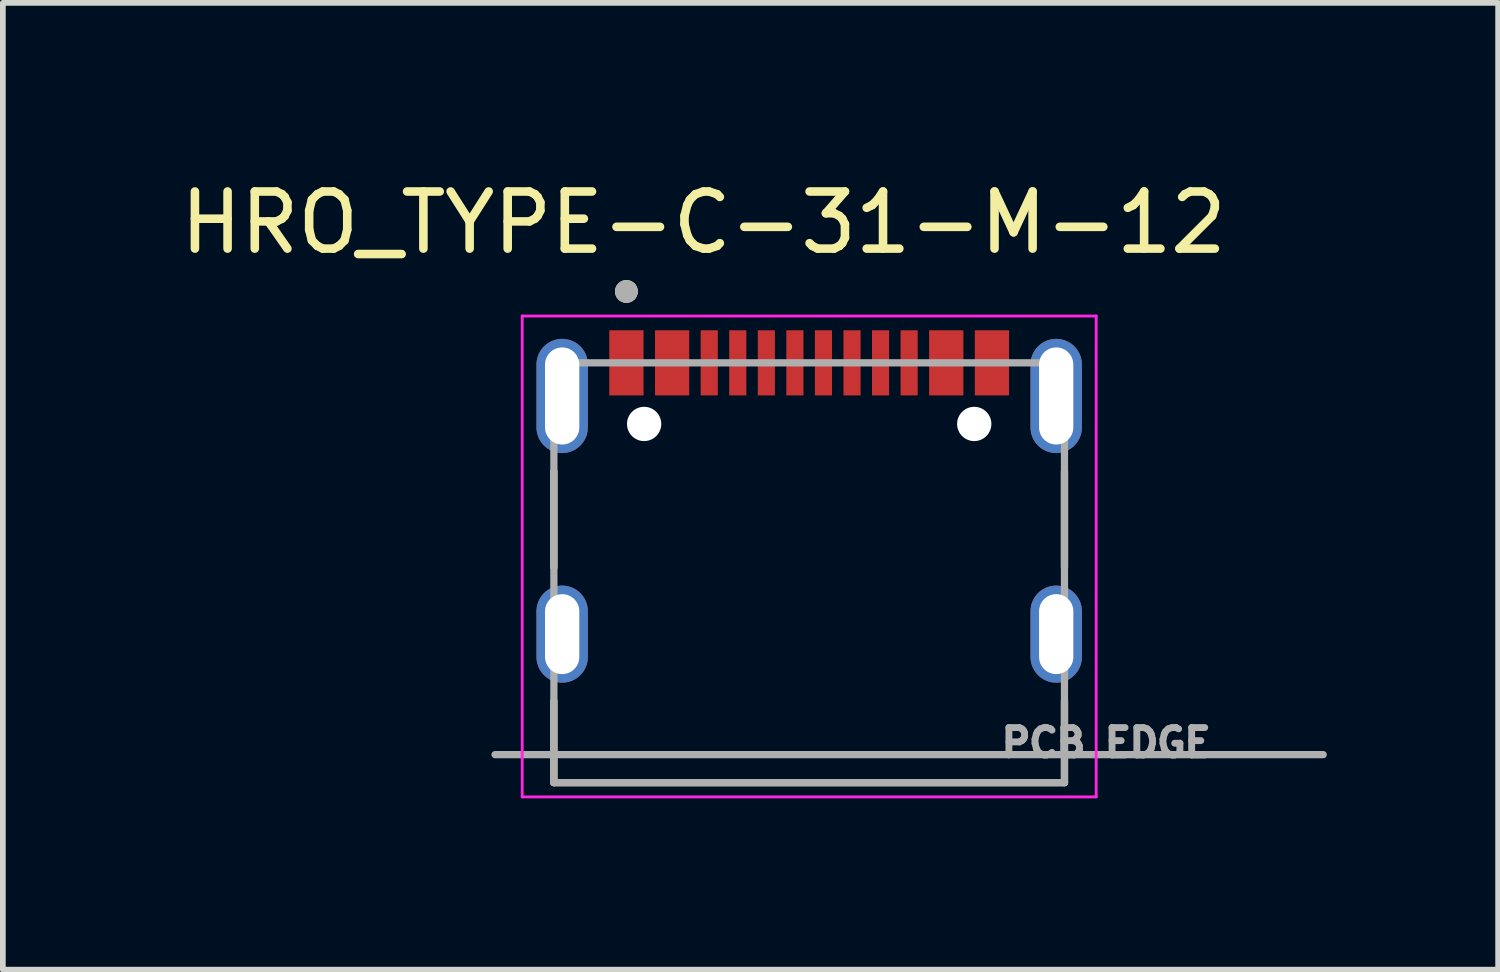
<source format=kicad_pcb>
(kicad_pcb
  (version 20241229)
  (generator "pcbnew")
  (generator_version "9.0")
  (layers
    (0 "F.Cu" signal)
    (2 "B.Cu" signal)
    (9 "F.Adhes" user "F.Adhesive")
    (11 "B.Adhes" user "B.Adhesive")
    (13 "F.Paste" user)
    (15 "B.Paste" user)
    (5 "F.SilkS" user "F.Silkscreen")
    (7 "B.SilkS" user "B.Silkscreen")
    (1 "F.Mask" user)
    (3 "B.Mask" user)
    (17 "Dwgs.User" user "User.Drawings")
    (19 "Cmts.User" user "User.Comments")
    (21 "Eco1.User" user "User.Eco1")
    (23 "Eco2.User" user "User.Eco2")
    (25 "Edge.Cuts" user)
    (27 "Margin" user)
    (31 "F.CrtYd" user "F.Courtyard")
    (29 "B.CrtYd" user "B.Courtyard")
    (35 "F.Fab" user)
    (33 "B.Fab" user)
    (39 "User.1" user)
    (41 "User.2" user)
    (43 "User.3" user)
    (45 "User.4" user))
  (footprint "HRO_TYPE-C-31-M-12"
    (layer "F.Cu")
    (at 11.118 8.053)
    (property "Reference" "HRO_TYPE-C-31-M-12" (at -1.85 -7.205 0) (layer "F.SilkS") (effects (font (size 1 1) (thickness 0.15))))
    (attr smd)
    (fp_poly (pts (xy -3.55 -5.37) (xy -2.85 -5.37) (xy -2.85 -4.13) (xy -3.55 -4.13)) (stroke (width 0.01) (type solid)) (fill yes) (layer "F.Mask"))
    (fp_poly (pts (xy -2.75 -5.37) (xy -2.05 -5.37) (xy -2.05 -4.13) (xy -2.75 -4.13)) (stroke (width 0.01) (type solid)) (fill yes) (layer "F.Mask"))
    (fp_poly (pts (xy -1.95 -5.37) (xy -1.55 -5.37) (xy -1.55 -4.13) (xy -1.95 -4.13)) (stroke (width 0.01) (type solid)) (fill yes) (layer "F.Mask"))
    (fp_poly (pts (xy -1.45 -5.37) (xy -1.05 -5.37) (xy -1.05 -4.13) (xy -1.45 -4.13)) (stroke (width 0.01) (type solid)) (fill yes) (layer "F.Mask"))
    (fp_poly (pts (xy -0.95 -5.37) (xy -0.55 -5.37) (xy -0.55 -4.13) (xy -0.95 -4.13)) (stroke (width 0.01) (type solid)) (fill yes) (layer "F.Mask"))
    (fp_poly (pts (xy -0.45 -5.37) (xy -0.05 -5.37) (xy -0.05 -4.13) (xy -0.45 -4.13)) (stroke (width 0.01) (type solid)) (fill yes) (layer "F.Mask"))
    (fp_poly (pts (xy 0.05 -5.37) (xy 0.45 -5.37) (xy 0.45 -4.13) (xy 0.05 -4.13)) (stroke (width 0.01) (type solid)) (fill yes) (layer "F.Mask"))
    (fp_poly (pts (xy 0.55 -5.37) (xy 0.95 -5.37) (xy 0.95 -4.13) (xy 0.55 -4.13)) (stroke (width 0.01) (type solid)) (fill yes) (layer "F.Mask"))
    (fp_poly (pts (xy 1.05 -5.37) (xy 1.45 -5.37) (xy 1.45 -4.13) (xy 1.05 -4.13)) (stroke (width 0.01) (type solid)) (fill yes) (layer "F.Mask"))
    (fp_poly (pts (xy 1.55 -5.37) (xy 1.95 -5.37) (xy 1.95 -4.13) (xy 1.55 -4.13)) (stroke (width 0.01) (type solid)) (fill yes) (layer "F.Mask"))
    (fp_poly (pts (xy 2.05 -5.37) (xy 2.75 -5.37) (xy 2.75 -4.13) (xy 2.05 -4.13)) (stroke (width 0.01) (type solid)) (fill yes) (layer "F.Mask"))
    (fp_poly (pts (xy 2.85 -5.37) (xy 3.55 -5.37) (xy 3.55 -4.13) (xy 2.85 -4.13)) (stroke (width 0.01) (type solid)) (fill yes) (layer "F.Mask"))
    (fp_line (start -4.47 -2.85) (end -4.47 -1.17) (stroke (width 0.127) (type solid)) (layer "F.SilkS"))
    (fp_line (start -4.47 2.6) (end -4.47 1.17) (stroke (width 0.127) (type solid)) (layer "F.SilkS"))
    (fp_line (start -4.47 2.6) (end 4.47 2.6) (stroke (width 0.127) (type solid)) (layer "F.SilkS"))
    (fp_line (start 4.47 -2.85) (end 4.47 -1.17) (stroke (width 0.127) (type solid)) (layer "F.SilkS"))
    (fp_line (start 4.47 2.6) (end 4.47 1.17) (stroke (width 0.127) (type solid)) (layer "F.SilkS"))
    (fp_circle (center -3.2 -6) (end -3.1 -6) (stroke (width 0.2) (type solid)) (fill no) (layer "F.SilkS"))
    (fp_line (start -5.025 -5.57) (end -5.025 2.85) (stroke (width 0.05) (type solid)) (layer "F.CrtYd"))
    (fp_line (start -5.025 2.85) (end 5.025 2.85) (stroke (width 0.05) (type solid)) (layer "F.CrtYd"))
    (fp_line (start 5.025 -5.57) (end -5.025 -5.57) (stroke (width 0.05) (type solid)) (layer "F.CrtYd"))
    (fp_line (start 5.025 2.85) (end 5.025 -5.57) (stroke (width 0.05) (type solid)) (layer "F.CrtYd"))
    (fp_line (start -5.5 2.11) (end 9 2.11) (stroke (width 0.127) (type solid)) (layer "F.Fab"))
    (fp_line (start -4.47 -4.75) (end -4.47 2.6) (stroke (width 0.127) (type solid)) (layer "F.Fab"))
    (fp_line (start -4.47 2.6) (end 4.47 2.6) (stroke (width 0.127) (type solid)) (layer "F.Fab"))
    (fp_line (start 4.47 -4.75) (end -4.47 -4.75) (stroke (width 0.127) (type solid)) (layer "F.Fab"))
    (fp_line (start 4.47 2.6) (end 4.47 -4.75) (stroke (width 0.127) (type solid)) (layer "F.Fab"))
    (fp_circle (center -3.2 -6) (end -3.1 -6) (stroke (width 0.2) (type solid)) (fill no) (layer "F.Fab"))
    (fp_text user "PCB EDGE" (at 5.2 1.9 0) (layer "F.Fab") (effects (font (size 0.48 0.48) (thickness 0.15))))
    (pad "" np_thru_hole circle (at -2.89 -3.68) (size 0.6 0.6) (drill 0.6) (layers "*.Cu" "*.Mask"))
    (pad "" np_thru_hole circle (at 2.89 -3.68) (size 0.6 0.6) (drill 0.6) (layers "*.Cu" "*.Mask"))
    (pad "A1_B12" smd rect (at -3.2 -4.75) (size 0.6 1.14) (layers "F.Cu" "F.Paste"))
    (pad "A4_B9" smd rect (at -2.4 -4.75) (size 0.6 1.14) (layers "F.Cu" "F.Paste"))
    (pad "A5" smd rect (at -1.25 -4.75) (size 0.3 1.14) (layers "F.Cu" "F.Paste"))
    (pad "A6" smd rect (at -0.25 -4.75) (size 0.3 1.14) (layers "F.Cu" "F.Paste"))
    (pad "A7" smd rect (at 0.25 -4.75) (size 0.3 1.14) (layers "F.Cu" "F.Paste"))
    (pad "A8" smd rect (at 1.25 -4.75) (size 0.3 1.14) (layers "F.Cu" "F.Paste"))
    (pad "B1_A12" smd rect (at 3.2 -4.75) (size 0.6 1.14) (layers "F.Cu" "F.Paste"))
    (pad "B4_A9" smd rect (at 2.4 -4.75) (size 0.6 1.14) (layers "F.Cu" "F.Paste"))
    (pad "B5" smd rect (at 1.75 -4.75) (size 0.3 1.14) (layers "F.Cu" "F.Paste"))
    (pad "B6" smd rect (at 0.75 -4.75) (size 0.3 1.14) (layers "F.Cu" "F.Paste"))
    (pad "B7" smd rect (at -0.75 -4.75) (size 0.3 1.14) (layers "F.Cu" "F.Paste"))
    (pad "B8" smd rect (at -1.75 -4.75) (size 0.3 1.14) (layers "F.Cu" "F.Paste"))
    (pad "S1" thru_hole oval (at -4.325 -4.17) (size 0.9 2) (drill oval 0.6 1.7) (layers "*.Cu" "*.Mask"))
    (pad "S2" thru_hole oval (at 4.325 -4.17) (size 0.9 2) (drill oval 0.6 1.7) (layers "*.Cu" "*.Mask"))
    (pad "S3" thru_hole oval (at -4.325 0) (size 0.9 1.7) (drill oval 0.6 1.4) (layers "*.Cu" "*.Mask"))
    (pad "S4" thru_hole oval (at 4.325 0) (size 0.9 1.7) (drill oval 0.6 1.4) (layers "*.Cu" "*.Mask")))
  (gr_rect
    (start -3 -3)
    (end 23.181 13.928)
    (stroke (width 0.1) (type default))
    (fill no)
    (layer "Edge.Cuts")))
</source>
